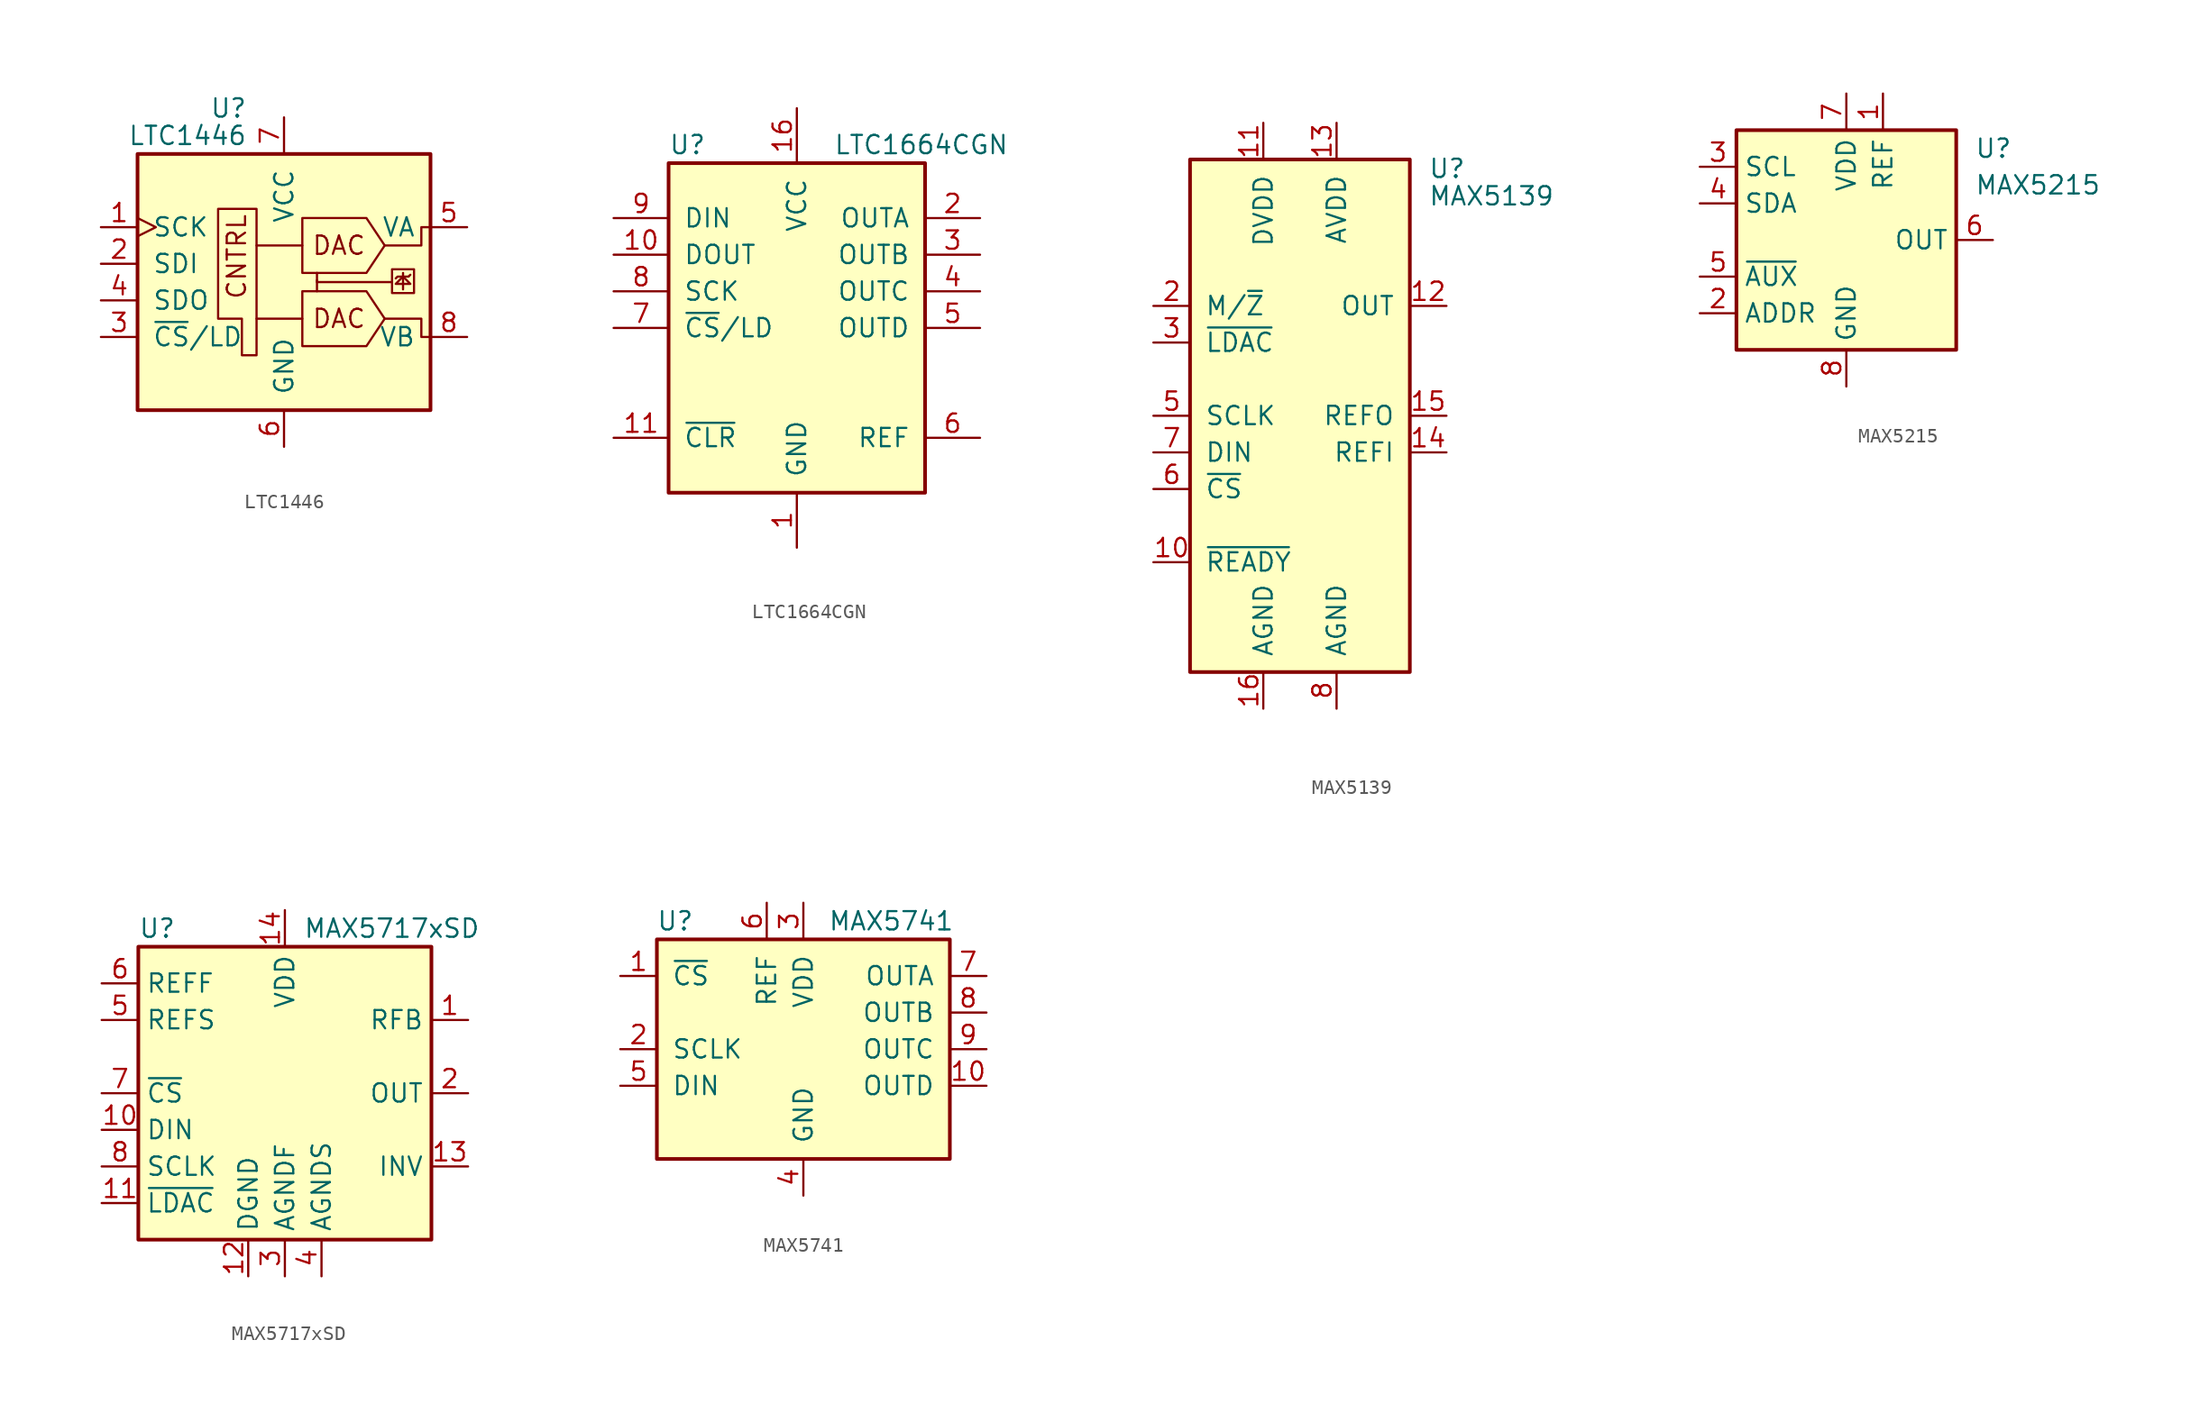
<source format=kicad_sym>
(kicad_symbol_lib
  (version 20201005)
  (generator kicad_symbol_editor)
  (symbol "Analog_DAC:LTC1446"
    (pin_names
      (offset 1.016))
    (property "Reference" "U"
      (at -2.54 10.795 0)
      (effects (font (size 1.27 1.27)) (justify right)))
    (property "Value" "LTC1446"
      (at -2.54 8.89 0)
      (effects (font (size 1.27 1.27)) (justify right)))
    (symbol "LTC1446_0_0"
      (text "CNTRL" (at -2.54 -2.54 900) (effects (font (size 1.27 1.27)) (justify left bottom)))
      (text "DAC" (at 3.81 -3.81 0) (effects (font (size 1.27 1.27))))
      (text "DAC" (at 3.81 1.27 0) (effects (font (size 1.27 1.27))))
      (rectangle (start 9.017 -0.381) (end 7.493 -2.032) (stroke (width 0)) (fill (type none)))
      (polyline (pts (xy 2.286 -1.143) (xy 2.286 -1.905)) (stroke (width 0)) (fill (type none)))
      (polyline (pts (xy 8.255 -1.778) (xy 8.255 -0.635)) (stroke (width 0)) (fill (type none)))
      (polyline (pts (xy 8.636 -0.889) (xy 8.763 -0.762)) (stroke (width 0)) (fill (type none)))
      (polyline (pts (xy 7.493 -1.27) (xy 2.286 -1.27) (xy 2.286 -0.635)) (stroke (width 0)) (fill (type none)))
      (polyline (pts (xy 8.636 -0.889) (xy 7.874 -0.889) (xy 7.747 -1.016)) (stroke (width 0)) (fill (type none)))
      (polyline (pts (xy 6.985 -3.81) (xy 9.525 -3.81) (xy 9.525 -5.08) (xy 10.16 -5.08)) (stroke (width 0)) (fill (type none)))
      (polyline (pts (xy 6.985 1.27) (xy 9.525 1.27) (xy 9.525 2.54) (xy 10.16 2.54)) (stroke (width 0)) (fill (type none)))
      (polyline (pts (xy 8.255 -0.889) (xy 8.763 -1.397) (xy 7.747 -1.397) (xy 8.255 -0.889)) (stroke (width 0)) (fill (type none))))
    (symbol "LTC1446_0_1"
      (rectangle (start -10.16 7.62) (end 10.16 -10.16) (stroke (width 0.254)) (fill (type background)))
      (polyline (pts (xy 1.27 -3.81) (xy -1.905 -3.81)) (stroke (width 0)) (fill (type none)))
      (polyline (pts (xy 1.27 1.27) (xy -1.905 1.27)) (stroke (width 0)) (fill (type none)))
      (polyline (pts (xy 6.985 -3.81) (xy 5.715 -1.905) (xy 1.27 -1.905) (xy 1.27 -5.715) (xy 5.715 -5.715) (xy 6.985 -3.81)) (stroke (width 0)) (fill (type none)))
      (polyline (pts (xy 6.985 1.27) (xy 5.715 3.175) (xy 1.27 3.175) (xy 1.27 -0.635) (xy 5.715 -0.635) (xy 6.985 1.27)) (stroke (width 0)) (fill (type none)))
      (polyline (pts (xy -1.905 3.81) (xy -4.572 3.81) (xy -4.572 -3.81) (xy -2.921 -3.81) (xy -2.921 -6.35) (xy -1.905 -6.35) (xy -1.905 3.81)) (stroke (width 0)) (fill (type none))))
    (symbol "LTC1446_1_1"
      (pin input clock (at -12.7 2.54 0) (length 2.54) (name "SCK" (effects (font (size 1.27 1.27)))) (number "1" (effects (font (size 1.27 1.27)))))
      (pin input line (at -12.7 0 0) (length 2.54) (name "SDI" (effects (font (size 1.27 1.27)))) (number "2" (effects (font (size 1.27 1.27)))))
      (pin input line (at -12.7 -5.08 0) (length 2.54) (name "~CS~/LD" (effects (font (size 1.27 1.27)))) (number "3" (effects (font (size 1.27 1.27)))))
      (pin output line (at -12.7 -2.54 0) (length 2.54) (name "SDO" (effects (font (size 1.27 1.27)))) (number "4" (effects (font (size 1.27 1.27)))))
      (pin output line (at 12.7 2.54 180) (length 2.54) (name "VA" (effects (font (size 1.27 1.27)))) (number "5" (effects (font (size 1.27 1.27)))))
      (pin power_in line (at 0 -12.7 90) (length 2.54) (name "GND" (effects (font (size 1.27 1.27)))) (number "6" (effects (font (size 1.27 1.27)))))
      (pin power_in line (at 0 10.16 270) (length 2.54) (name "VCC" (effects (font (size 1.27 1.27)))) (number "7" (effects (font (size 1.27 1.27)))))
      (pin output line (at 12.7 -5.08 180) (length 2.54) (name "VB" (effects (font (size 1.27 1.27)))) (number "8" (effects (font (size 1.27 1.27)))))))
  (symbol "Analog_DAC:LTC1664CGN"
    (pin_names
      (offset 1.016))
    (property "Reference" "U"
      (at -8.89 12.7 0)
      (effects (font (size 1.27 1.27)) (justify left)))
    (property "Value" "LTC1664CGN"
      (at 2.54 12.7 0)
      (effects (font (size 1.27 1.27)) (justify left)))
    (symbol "LTC1664CGN_0_1"
      (rectangle (start -8.89 11.43) (end 8.89 -11.43) (stroke (width 0.254)) (fill (type background))))
    (symbol "LTC1664CGN_1_1"
      (pin power_in line (at 0 -15.24 90) (length 3.81) (name "GND" (effects (font (size 1.27 1.27)))) (number "1" (effects (font (size 1.27 1.27)))))
      (pin output line (at -12.7 5.08 0) (length 3.81) (name "DOUT" (effects (font (size 1.27 1.27)))) (number "10" (effects (font (size 1.27 1.27)))))
      (pin input line (at -12.7 -7.62 0) (length 3.81) (name "~CLR" (effects (font (size 1.27 1.27)))) (number "11" (effects (font (size 1.27 1.27)))))
      (pin no_connect line (at -5.08 -15.24 90) (length 3.81) hide (name "NC" (effects (font (size 1.27 1.27)))) (number "12" (effects (font (size 1.27 1.27)))))
      (pin no_connect line (at -2.54 -15.24 90) (length 3.81) hide (name "NC" (effects (font (size 1.27 1.27)))) (number "13" (effects (font (size 1.27 1.27)))))
      (pin no_connect line (at 2.54 -15.24 90) (length 3.81) hide (name "NC" (effects (font (size 1.27 1.27)))) (number "14" (effects (font (size 1.27 1.27)))))
      (pin no_connect line (at 5.08 -15.24 90) (length 3.81) hide (name "NC" (effects (font (size 1.27 1.27)))) (number "15" (effects (font (size 1.27 1.27)))))
      (pin power_in line (at 0 15.24 270) (length 3.81) (name "VCC" (effects (font (size 1.27 1.27)))) (number "16" (effects (font (size 1.27 1.27)))))
      (pin output line (at 12.7 7.62 180) (length 3.81) (name "OUTA" (effects (font (size 1.27 1.27)))) (number "2" (effects (font (size 1.27 1.27)))))
      (pin output line (at 12.7 5.08 180) (length 3.81) (name "OUTB" (effects (font (size 1.27 1.27)))) (number "3" (effects (font (size 1.27 1.27)))))
      (pin output line (at 12.7 2.54 180) (length 3.81) (name "OUTC" (effects (font (size 1.27 1.27)))) (number "4" (effects (font (size 1.27 1.27)))))
      (pin output line (at 12.7 0 180) (length 3.81) (name "OUTD" (effects (font (size 1.27 1.27)))) (number "5" (effects (font (size 1.27 1.27)))))
      (pin input line (at 12.7 -7.62 180) (length 3.81) (name "REF" (effects (font (size 1.27 1.27)))) (number "6" (effects (font (size 1.27 1.27)))))
      (pin input line (at -12.7 0 0) (length 3.81) (name "~CS~/LD" (effects (font (size 1.27 1.27)))) (number "7" (effects (font (size 1.27 1.27)))))
      (pin input line (at -12.7 2.54 0) (length 3.81) (name "SCK" (effects (font (size 1.27 1.27)))) (number "8" (effects (font (size 1.27 1.27)))))
      (pin input line (at -12.7 7.62 0) (length 3.81) (name "DIN" (effects (font (size 1.27 1.27)))) (number "9" (effects (font (size 1.27 1.27)))))))
  (symbol "Analog_DAC:MAX5139"
    (pin_names
      (offset 1.016))
    (property "Reference" "U"
      (at 8.89 17.145 0)
      (effects (font (size 1.27 1.27)) (justify left)))
    (property "Value" "MAX5139"
      (at 8.89 15.24 0)
      (effects (font (size 1.27 1.27)) (justify left)))
    (symbol "MAX5139_0_1"
      (rectangle (start -7.62 17.78) (end 7.62 -17.78) (stroke (width 0.254)) (fill (type background))))
    (symbol "MAX5139_1_1"
      (pin no_connect line (at 10.16 -10.16 180) (length 2.54) hide (name "NC" (effects (font (size 1.27 1.27)))) (number "1" (effects (font (size 1.27 1.27)))))
      (pin output line (at -10.16 -10.16 0) (length 2.54) (name "~READY" (effects (font (size 1.27 1.27)))) (number "10" (effects (font (size 1.27 1.27)))))
      (pin power_in line (at -2.54 20.32 270) (length 2.54) (name "DVDD" (effects (font (size 1.27 1.27)))) (number "11" (effects (font (size 1.27 1.27)))))
      (pin output line (at 10.16 7.62 180) (length 2.54) (name "OUT" (effects (font (size 1.27 1.27)))) (number "12" (effects (font (size 1.27 1.27)))))
      (pin power_in line (at 2.54 20.32 270) (length 2.54) (name "AVDD" (effects (font (size 1.27 1.27)))) (number "13" (effects (font (size 1.27 1.27)))))
      (pin input line (at 10.16 -2.54 180) (length 2.54) (name "REFI" (effects (font (size 1.27 1.27)))) (number "14" (effects (font (size 1.27 1.27)))))
      (pin output line (at 10.16 0 180) (length 2.54) (name "REFO" (effects (font (size 1.27 1.27)))) (number "15" (effects (font (size 1.27 1.27)))))
      (pin power_in line (at -2.54 -20.32 90) (length 2.54) (name "AGND" (effects (font (size 1.27 1.27)))) (number "16" (effects (font (size 1.27 1.27)))))
      (pin input line (at -10.16 7.62 0) (length 2.54) (name "M/~Z" (effects (font (size 1.27 1.27)))) (number "2" (effects (font (size 1.27 1.27)))))
      (pin input line (at -10.16 5.08 0) (length 2.54) (name "~LDAC" (effects (font (size 1.27 1.27)))) (number "3" (effects (font (size 1.27 1.27)))))
      (pin no_connect line (at 10.16 -7.62 180) (length 2.54) hide (name "NC" (effects (font (size 1.27 1.27)))) (number "4" (effects (font (size 1.27 1.27)))))
      (pin input line (at -10.16 0 0) (length 2.54) (name "SCLK" (effects (font (size 1.27 1.27)))) (number "5" (effects (font (size 1.27 1.27)))))
      (pin input line (at -10.16 -5.08 0) (length 2.54) (name "~CS" (effects (font (size 1.27 1.27)))) (number "6" (effects (font (size 1.27 1.27)))))
      (pin input line (at -10.16 -2.54 0) (length 2.54) (name "DIN" (effects (font (size 1.27 1.27)))) (number "7" (effects (font (size 1.27 1.27)))))
      (pin power_in line (at 2.54 -20.32 90) (length 2.54) (name "AGND" (effects (font (size 1.27 1.27)))) (number "8" (effects (font (size 1.27 1.27)))))
      (pin no_connect line (at 10.16 -5.08 180) (length 2.54) hide (name "NC" (effects (font (size 1.27 1.27)))) (number "9" (effects (font (size 1.27 1.27)))))))
  (symbol "Analog_DAC:MAX5215"
    (property "Reference" "U"
      (at 8.89 6.35 0)
      (effects (font (size 1.27 1.27)) (justify left)))
    (property "Value" "MAX5215"
      (at 8.89 3.81 0)
      (effects (font (size 1.27 1.27)) (justify left)))
    (symbol "MAX5215_0_1"
      (rectangle (start -7.62 7.62) (end 7.62 -7.62) (stroke (width 0.254)) (fill (type background))))
    (symbol "MAX5215_1_1"
      (pin power_in line (at 2.54 10.16 270) (length 2.54) (name "REF" (effects (font (size 1.27 1.27)))) (number "1" (effects (font (size 1.27 1.27)))))
      (pin input line (at -10.16 -5.08 0) (length 2.54) (name "ADDR" (effects (font (size 1.27 1.27)))) (number "2" (effects (font (size 1.27 1.27)))))
      (pin input line (at -10.16 5.08 0) (length 2.54) (name "SCL" (effects (font (size 1.27 1.27)))) (number "3" (effects (font (size 1.27 1.27)))))
      (pin bidirectional line (at -10.16 2.54 0) (length 2.54) (name "SDA" (effects (font (size 1.27 1.27)))) (number "4" (effects (font (size 1.27 1.27)))))
      (pin input line (at -10.16 -2.54 0) (length 2.54) (name "~AUX" (effects (font (size 1.27 1.27)))) (number "5" (effects (font (size 1.27 1.27)))))
      (pin output line (at 10.16 0 180) (length 2.54) (name "OUT" (effects (font (size 1.27 1.27)))) (number "6" (effects (font (size 1.27 1.27)))))
      (pin power_in line (at 0 10.16 270) (length 2.54) (name "VDD" (effects (font (size 1.27 1.27)))) (number "7" (effects (font (size 1.27 1.27)))))
      (pin power_in line (at 0 -10.16 90) (length 2.54) (name "GND" (effects (font (size 1.27 1.27)))) (number "8" (effects (font (size 1.27 1.27)))))))
  (symbol "Analog_DAC:MAX5717xSD"
    (property "Reference" "U"
      (at -10.16 11.43 0)
      (effects (font (size 1.27 1.27)) (justify left)))
    (property "Value" "MAX5717xSD"
      (at 1.27 11.43 0)
      (effects (font (size 1.27 1.27)) (justify left)))
    (symbol "MAX5717xSD_0_1"
      (rectangle (start -10.16 10.16) (end 10.16 -10.16) (stroke (width 0.254)) (fill (type background))))
    (symbol "MAX5717xSD_1_1"
      (pin passive line (at 12.7 5.08 180) (length 2.54) (name "RFB" (effects (font (size 1.27 1.27)))) (number "1" (effects (font (size 1.27 1.27)))))
      (pin input line (at -12.7 -2.54 0) (length 2.54) (name "DIN" (effects (font (size 1.27 1.27)))) (number "10" (effects (font (size 1.27 1.27)))))
      (pin input line (at -12.7 -7.62 0) (length 2.54) (name "~LDAC" (effects (font (size 1.27 1.27)))) (number "11" (effects (font (size 1.27 1.27)))))
      (pin power_in line (at -2.54 -12.7 90) (length 2.54) (name "DGND" (effects (font (size 1.27 1.27)))) (number "12" (effects (font (size 1.27 1.27)))))
      (pin passive line (at 12.7 -5.08 180) (length 2.54) (name "INV" (effects (font (size 1.27 1.27)))) (number "13" (effects (font (size 1.27 1.27)))))
      (pin power_in line (at 0 12.7 270) (length 2.54) (name "VDD" (effects (font (size 1.27 1.27)))) (number "14" (effects (font (size 1.27 1.27)))))
      (pin output line (at 12.7 0 180) (length 2.54) (name "OUT" (effects (font (size 1.27 1.27)))) (number "2" (effects (font (size 1.27 1.27)))))
      (pin power_in line (at 0 -12.7 90) (length 2.54) (name "AGNDF" (effects (font (size 1.27 1.27)))) (number "3" (effects (font (size 1.27 1.27)))))
      (pin power_in line (at 2.54 -12.7 90) (length 2.54) (name "AGNDS" (effects (font (size 1.27 1.27)))) (number "4" (effects (font (size 1.27 1.27)))))
      (pin input line (at -12.7 5.08 0) (length 2.54) (name "REFS" (effects (font (size 1.27 1.27)))) (number "5" (effects (font (size 1.27 1.27)))))
      (pin input line (at -12.7 7.62 0) (length 2.54) (name "REFF" (effects (font (size 1.27 1.27)))) (number "6" (effects (font (size 1.27 1.27)))))
      (pin input line (at -12.7 0 0) (length 2.54) (name "~CS" (effects (font (size 1.27 1.27)))) (number "7" (effects (font (size 1.27 1.27)))))
      (pin input line (at -12.7 -5.08 0) (length 2.54) (name "SCLK" (effects (font (size 1.27 1.27)))) (number "8" (effects (font (size 1.27 1.27)))))
      (pin no_connect line (at 10.16 -7.62 180) (length 2.54) hide (name "NC" (effects (font (size 1.27 1.27)))) (number "9" (effects (font (size 1.27 1.27)))))))
  (symbol "Analog_DAC:MAX5741"
    (pin_names
      (offset 1.016))
    (property "Reference" "U"
      (at -8.89 8.89 0)
      (effects (font (size 1.27 1.27))))
    (property "Value" "MAX5741"
      (at 6.096 8.89 0)
      (effects (font (size 1.27 1.27))))
    (symbol "MAX5741_1_1"
      (rectangle (start -10.16 7.62) (end 10.16 -7.62) (stroke (width 0.254)) (fill (type background)))
      (pin input line (at -12.7 5.08 0) (length 2.54) (name "~CS~" (effects (font (size 1.27 1.27)))) (number "1" (effects (font (size 1.27 1.27)))))
      (pin output line (at 12.7 -2.54 180) (length 2.54) (name "OUTD" (effects (font (size 1.27 1.27)))) (number "10" (effects (font (size 1.27 1.27)))))
      (pin input line (at -12.7 0 0) (length 2.54) (name "SCLK" (effects (font (size 1.27 1.27)))) (number "2" (effects (font (size 1.27 1.27)))))
      (pin power_in line (at 0 10.16 270) (length 2.54) (name "VDD" (effects (font (size 1.27 1.27)))) (number "3" (effects (font (size 1.27 1.27)))))
      (pin power_in line (at 0 -10.16 90) (length 2.54) (name "GND" (effects (font (size 1.27 1.27)))) (number "4" (effects (font (size 1.27 1.27)))))
      (pin input line (at -12.7 -2.54 0) (length 2.54) (name "DIN" (effects (font (size 1.27 1.27)))) (number "5" (effects (font (size 1.27 1.27)))))
      (pin power_in line (at -2.54 10.16 270) (length 2.54) (name "REF" (effects (font (size 1.27 1.27)))) (number "6" (effects (font (size 1.27 1.27)))))
      (pin output line (at 12.7 5.08 180) (length 2.54) (name "OUTA" (effects (font (size 1.27 1.27)))) (number "7" (effects (font (size 1.27 1.27)))))
      (pin output line (at 12.7 2.54 180) (length 2.54) (name "OUTB" (effects (font (size 1.27 1.27)))) (number "8" (effects (font (size 1.27 1.27)))))
      (pin output line (at 12.7 0 180) (length 2.54) (name "OUTC" (effects (font (size 1.27 1.27)))) (number "9" (effects (font (size 1.27 1.27))))))))
</source>
